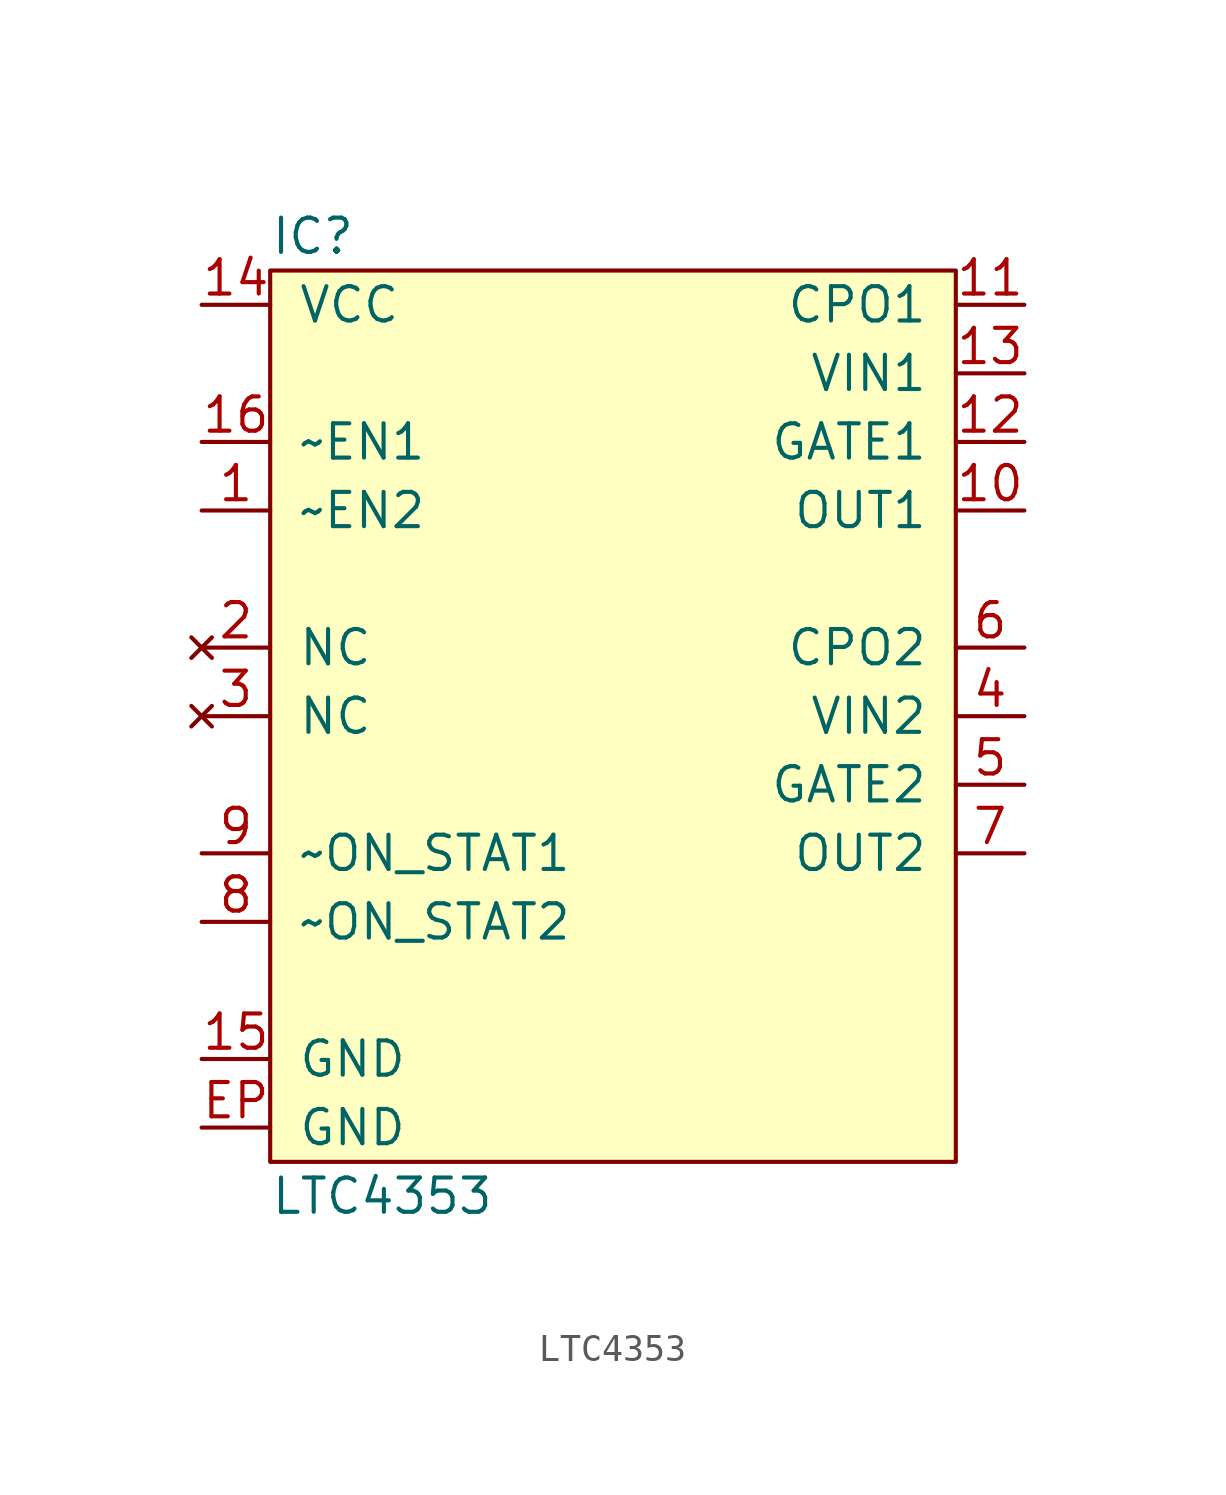
<source format=kicad_sym>
(kicad_symbol_lib
  (version 20211014)
  (generator agg_kicad.build_lib_ic)
  (symbol "LTC4353"
    (pin_names
      (offset 1.016))
    (property Reference IC
      (at -12.7 17.78 0)
      (effects (font (size 1.27 1.27)) (justify left)))
    (property Value "LTC4353"
      (at -12.7 -17.78 0)
      (effects (font (size 1.27 1.27)) (justify left)))
    (symbol "LTC4353_0_0"
      (rectangle (start -12.7 16.51) (end 12.7 -16.51) (stroke (width 0) (type default) (color 0 0 0 0)) (fill (type background)))
      (pin power_in line (at -15.24 15.24 0) (length 2.54) (name VCC (effects (font (size 1.27 1.27)))) (number "14" (effects (font (size 1.27 1.27)))))
      (pin input line (at -15.24 10.16 0) (length 2.54) (name "~EN1" (effects (font (size 1.27 1.27)))) (number "16" (effects (font (size 1.27 1.27)))))
      (pin input line (at -15.24 7.62 0) (length 2.54) (name "~EN2" (effects (font (size 1.27 1.27)))) (number "1" (effects (font (size 1.27 1.27)))))
      (pin no_connect line (at -15.24 2.54 0) (length 2.54) (name NC (effects (font (size 1.27 1.27)))) (number "2" (effects (font (size 1.27 1.27)))))
      (pin no_connect line (at -15.24 0 0) (length 2.54) (name NC (effects (font (size 1.27 1.27)))) (number "3" (effects (font (size 1.27 1.27)))))
      (pin output line (at -15.24 -5.08 0) (length 2.54) (name "~ON_STAT1" (effects (font (size 1.27 1.27)))) (number "9" (effects (font (size 1.27 1.27)))))
      (pin output line (at -15.24 -7.62 0) (length 2.54) (name "~ON_STAT2" (effects (font (size 1.27 1.27)))) (number "8" (effects (font (size 1.27 1.27)))))
      (pin power_in line (at -15.24 -12.7 0) (length 2.54) (name GND (effects (font (size 1.27 1.27)))) (number "15" (effects (font (size 1.27 1.27)))))
      (pin power_in line (at -15.24 -15.24 0) (length 2.54) (name GND (effects (font (size 1.27 1.27)))) (number EP (effects (font (size 1.27 1.27)))))
      (pin passive line (at 15.24 15.24 180) (length 2.54) (name "CPO1" (effects (font (size 1.27 1.27)))) (number "11" (effects (font (size 1.27 1.27)))))
      (pin power_in line (at 15.24 12.7 180) (length 2.54) (name "VIN1" (effects (font (size 1.27 1.27)))) (number "13" (effects (font (size 1.27 1.27)))))
      (pin output line (at 15.24 10.16 180) (length 2.54) (name "GATE1" (effects (font (size 1.27 1.27)))) (number "12" (effects (font (size 1.27 1.27)))))
      (pin input line (at 15.24 7.62 180) (length 2.54) (name "OUT1" (effects (font (size 1.27 1.27)))) (number "10" (effects (font (size 1.27 1.27)))))
      (pin passive line (at 15.24 2.54 180) (length 2.54) (name "CPO2" (effects (font (size 1.27 1.27)))) (number "6" (effects (font (size 1.27 1.27)))))
      (pin power_in line (at 15.24 0 180) (length 2.54) (name "VIN2" (effects (font (size 1.27 1.27)))) (number "4" (effects (font (size 1.27 1.27)))))
      (pin output line (at 15.24 -2.54 180) (length 2.54) (name "GATE2" (effects (font (size 1.27 1.27)))) (number "5" (effects (font (size 1.27 1.27)))))
      (pin input line (at 15.24 -5.08 180) (length 2.54) (name "OUT2" (effects (font (size 1.27 1.27)))) (number "7" (effects (font (size 1.27 1.27))))))))
</source>
